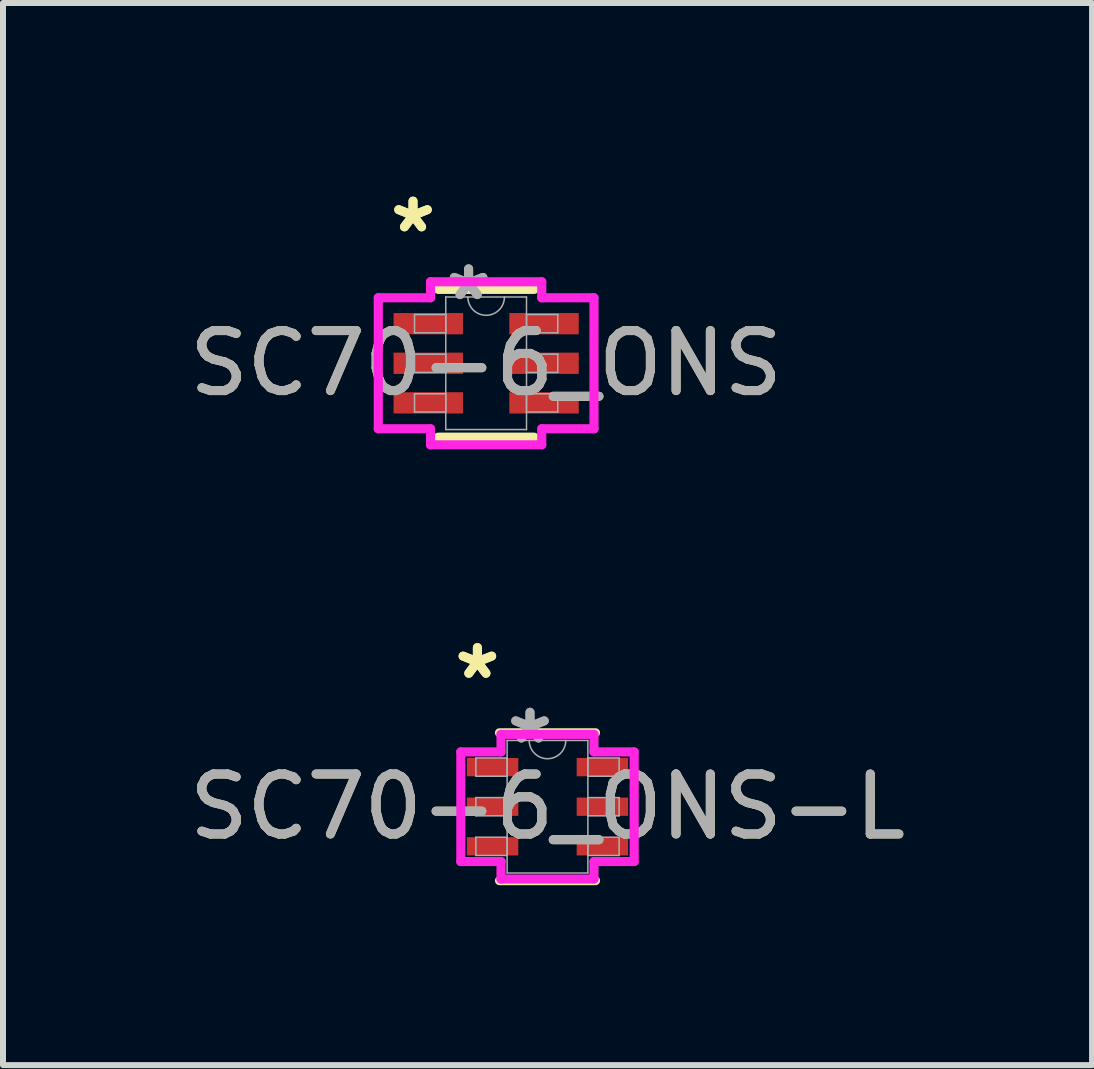
<source format=kicad_pcb>
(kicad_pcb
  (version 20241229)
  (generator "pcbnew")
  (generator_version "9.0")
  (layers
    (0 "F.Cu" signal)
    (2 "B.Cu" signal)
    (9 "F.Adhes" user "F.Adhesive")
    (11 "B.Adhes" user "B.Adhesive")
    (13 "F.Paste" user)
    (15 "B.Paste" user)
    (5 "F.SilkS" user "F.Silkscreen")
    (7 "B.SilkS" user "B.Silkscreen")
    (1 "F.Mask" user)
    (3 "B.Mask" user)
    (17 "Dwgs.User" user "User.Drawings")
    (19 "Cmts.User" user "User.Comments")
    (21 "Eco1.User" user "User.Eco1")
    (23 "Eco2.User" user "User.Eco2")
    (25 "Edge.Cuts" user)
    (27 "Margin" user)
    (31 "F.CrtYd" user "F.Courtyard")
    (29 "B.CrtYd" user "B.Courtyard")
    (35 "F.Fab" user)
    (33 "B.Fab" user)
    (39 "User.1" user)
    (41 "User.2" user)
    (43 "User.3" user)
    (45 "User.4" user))
  (footprint "SC70-6_ONS"
    (layer "F.Cu")
    (at 5.054 3.006)
    (property "Reference" "SC70-6_ONS" (at 0 0 0) (unlocked yes) (layer "F.SilkS") (effects (font (size 1 1) (thickness 0.15))))
    (attr smd)
    (fp_line (start -0.8 1.232) (end 0.8 1.232) (stroke (width 0.152) (type solid)) (layer "F.SilkS"))
    (fp_line (start 0.8 -1.232) (end -0.8 -1.232) (stroke (width 0.152) (type solid)) (layer "F.SilkS"))
    (fp_line (start -1.798 -1.092) (end -0.927 -1.092) (stroke (width 0.152) (type solid)) (layer "F.CrtYd"))
    (fp_line (start -1.798 1.092) (end -1.798 -1.092) (stroke (width 0.152) (type solid)) (layer "F.CrtYd"))
    (fp_line (start -1.798 1.092) (end -0.927 1.092) (stroke (width 0.152) (type solid)) (layer "F.CrtYd"))
    (fp_line (start -0.927 -1.359) (end 0.927 -1.359) (stroke (width 0.152) (type solid)) (layer "F.CrtYd"))
    (fp_line (start -0.927 -1.092) (end -0.927 -1.359) (stroke (width 0.152) (type solid)) (layer "F.CrtYd"))
    (fp_line (start -0.927 1.359) (end -0.927 1.092) (stroke (width 0.152) (type solid)) (layer "F.CrtYd"))
    (fp_line (start 0.927 -1.359) (end 0.927 -1.092) (stroke (width 0.152) (type solid)) (layer "F.CrtYd"))
    (fp_line (start 0.927 1.092) (end 0.927 1.359) (stroke (width 0.152) (type solid)) (layer "F.CrtYd"))
    (fp_line (start 0.927 1.359) (end -0.927 1.359) (stroke (width 0.152) (type solid)) (layer "F.CrtYd"))
    (fp_line (start 1.798 -1.092) (end 0.927 -1.092) (stroke (width 0.152) (type solid)) (layer "F.CrtYd"))
    (fp_line (start 1.798 -1.092) (end 1.798 1.092) (stroke (width 0.152) (type solid)) (layer "F.CrtYd"))
    (fp_line (start 1.798 1.092) (end 0.927 1.092) (stroke (width 0.152) (type solid)) (layer "F.CrtYd"))
    (fp_line (start -1.194 -0.813) (end -1.194 -0.508) (stroke (width 0.025) (type solid)) (layer "F.Fab"))
    (fp_line (start -1.194 -0.508) (end -0.673 -0.508) (stroke (width 0.025) (type solid)) (layer "F.Fab"))
    (fp_line (start -1.194 -0.152) (end -1.194 0.152) (stroke (width 0.025) (type solid)) (layer "F.Fab"))
    (fp_line (start -1.194 0.152) (end -0.673 0.152) (stroke (width 0.025) (type solid)) (layer "F.Fab"))
    (fp_line (start -1.194 0.508) (end -1.194 0.813) (stroke (width 0.025) (type solid)) (layer "F.Fab"))
    (fp_line (start -1.194 0.813) (end -0.673 0.813) (stroke (width 0.025) (type solid)) (layer "F.Fab"))
    (fp_line (start -0.673 -1.105) (end -0.673 1.105) (stroke (width 0.025) (type solid)) (layer "F.Fab"))
    (fp_line (start -0.673 -0.813) (end -1.194 -0.813) (stroke (width 0.025) (type solid)) (layer "F.Fab"))
    (fp_line (start -0.673 -0.508) (end -0.673 -0.813) (stroke (width 0.025) (type solid)) (layer "F.Fab"))
    (fp_line (start -0.673 -0.152) (end -1.194 -0.152) (stroke (width 0.025) (type solid)) (layer "F.Fab"))
    (fp_line (start -0.673 0.152) (end -0.673 -0.152) (stroke (width 0.025) (type solid)) (layer "F.Fab"))
    (fp_line (start -0.673 0.508) (end -1.194 0.508) (stroke (width 0.025) (type solid)) (layer "F.Fab"))
    (fp_line (start -0.673 0.813) (end -0.673 0.508) (stroke (width 0.025) (type solid)) (layer "F.Fab"))
    (fp_line (start -0.673 1.105) (end 0.673 1.105) (stroke (width 0.025) (type solid)) (layer "F.Fab"))
    (fp_line (start 0.673 -1.105) (end -0.673 -1.105) (stroke (width 0.025) (type solid)) (layer "F.Fab"))
    (fp_line (start 0.673 -0.813) (end 0.673 -0.508) (stroke (width 0.025) (type solid)) (layer "F.Fab"))
    (fp_line (start 0.673 -0.508) (end 1.194 -0.508) (stroke (width 0.025) (type solid)) (layer "F.Fab"))
    (fp_line (start 0.673 -0.152) (end 0.673 0.152) (stroke (width 0.025) (type solid)) (layer "F.Fab"))
    (fp_line (start 0.673 0.152) (end 1.194 0.152) (stroke (width 0.025) (type solid)) (layer "F.Fab"))
    (fp_line (start 0.673 0.508) (end 0.673 0.813) (stroke (width 0.025) (type solid)) (layer "F.Fab"))
    (fp_line (start 0.673 0.813) (end 1.194 0.813) (stroke (width 0.025) (type solid)) (layer "F.Fab"))
    (fp_line (start 0.673 1.105) (end 0.673 -1.105) (stroke (width 0.025) (type solid)) (layer "F.Fab"))
    (fp_line (start 1.194 -0.813) (end 0.673 -0.813) (stroke (width 0.025) (type solid)) (layer "F.Fab"))
    (fp_line (start 1.194 -0.508) (end 1.194 -0.813) (stroke (width 0.025) (type solid)) (layer "F.Fab"))
    (fp_line (start 1.194 -0.152) (end 0.673 -0.152) (stroke (width 0.025) (type solid)) (layer "F.Fab"))
    (fp_line (start 1.194 0.152) (end 1.194 -0.152) (stroke (width 0.025) (type solid)) (layer "F.Fab"))
    (fp_line (start 1.194 0.508) (end 0.673 0.508) (stroke (width 0.025) (type solid)) (layer "F.Fab"))
    (fp_line (start 1.194 0.813) (end 1.194 0.508) (stroke (width 0.025) (type solid)) (layer "F.Fab"))
    (fp_arc (start 0.3048 -1.1049) (mid 0 -0.8001) (end -0.3048 -1.1049) (stroke (width 0.0254) (type solid)) (layer "F.Fab"))
    (fp_text user "*" (at -1.219 -2.158 0) (unlocked yes) (layer "F.SilkS") (effects (font (size 1 1) (thickness 0.15))))
    (fp_text user "*" (at -1.219 -2.158 0) (layer "F.SilkS") (effects (font (size 1 1) (thickness 0.15))))
    (fp_text user "*" (at -0.292 -1.029 0) (layer "F.Fab") (effects (font (size 1 1) (thickness 0.15))))
    (fp_text user "${REFERENCE}" (at 0 0 0) (unlocked yes) (layer "F.Fab") (effects (font (size 1 1) (thickness 0.15))))
    (fp_text user "*" (at -0.292 -1.029 0) (unlocked yes) (layer "F.Fab") (effects (font (size 1 1) (thickness 0.15))))
    (pad "1" smd rect (at -0.965 -0.66) (size 1.157 0.355) (layers "F.Cu" "F.Mask" "F.Paste"))
    (pad "2" smd rect (at -0.965 0) (size 1.157 0.355) (layers "F.Cu" "F.Mask" "F.Paste"))
    (pad "3" smd rect (at -0.965 0.66) (size 1.157 0.355) (layers "F.Cu" "F.Mask" "F.Paste"))
    (pad "4" smd rect (at 0.965 0.66) (size 1.157 0.355) (layers "F.Cu" "F.Mask" "F.Paste"))
    (pad "5" smd rect (at 0.965 0) (size 1.157 0.355) (layers "F.Cu" "F.Mask" "F.Paste"))
    (pad "6" smd rect (at 0.965 -0.66) (size 1.157 0.355) (layers "F.Cu" "F.Mask" "F.Paste")))
  (footprint "SC70-6_ONS-L"
    (layer "F.Cu")
    (at 6.077 10.398)
    (property "Reference" "SC70-6_ONS-L" (at 0 0 0) (unlocked yes) (layer "F.SilkS") (effects (font (size 1 1) (thickness 0.15))))
    (attr smd)
    (fp_line (start -0.8 1.232) (end 0.8 1.232) (stroke (width 0.152) (type solid)) (layer "F.SilkS"))
    (fp_line (start 0.8 -1.232) (end -0.8 -1.232) (stroke (width 0.152) (type solid)) (layer "F.SilkS"))
    (fp_line (start -1.445 -0.914) (end -0.775 -0.914) (stroke (width 0.152) (type solid)) (layer "F.CrtYd"))
    (fp_line (start -1.445 0.914) (end -1.445 -0.914) (stroke (width 0.152) (type solid)) (layer "F.CrtYd"))
    (fp_line (start -1.445 0.914) (end -0.775 0.914) (stroke (width 0.152) (type solid)) (layer "F.CrtYd"))
    (fp_line (start -0.775 -1.206) (end 0.775 -1.206) (stroke (width 0.152) (type solid)) (layer "F.CrtYd"))
    (fp_line (start -0.775 -0.914) (end -0.775 -1.206) (stroke (width 0.152) (type solid)) (layer "F.CrtYd"))
    (fp_line (start -0.775 1.206) (end -0.775 0.914) (stroke (width 0.152) (type solid)) (layer "F.CrtYd"))
    (fp_line (start 0.775 -1.206) (end 0.775 -0.914) (stroke (width 0.152) (type solid)) (layer "F.CrtYd"))
    (fp_line (start 0.775 0.914) (end 0.775 1.206) (stroke (width 0.152) (type solid)) (layer "F.CrtYd"))
    (fp_line (start 0.775 1.206) (end -0.775 1.206) (stroke (width 0.152) (type solid)) (layer "F.CrtYd"))
    (fp_line (start 1.445 -0.914) (end 0.775 -0.914) (stroke (width 0.152) (type solid)) (layer "F.CrtYd"))
    (fp_line (start 1.445 -0.914) (end 1.445 0.914) (stroke (width 0.152) (type solid)) (layer "F.CrtYd"))
    (fp_line (start 1.445 0.914) (end 0.775 0.914) (stroke (width 0.152) (type solid)) (layer "F.CrtYd"))
    (fp_line (start -1.194 -0.813) (end -1.194 -0.508) (stroke (width 0.025) (type solid)) (layer "F.Fab"))
    (fp_line (start -1.194 -0.508) (end -0.673 -0.508) (stroke (width 0.025) (type solid)) (layer "F.Fab"))
    (fp_line (start -1.194 -0.152) (end -1.194 0.152) (stroke (width 0.025) (type solid)) (layer "F.Fab"))
    (fp_line (start -1.194 0.152) (end -0.673 0.152) (stroke (width 0.025) (type solid)) (layer "F.Fab"))
    (fp_line (start -1.194 0.508) (end -1.194 0.813) (stroke (width 0.025) (type solid)) (layer "F.Fab"))
    (fp_line (start -1.194 0.813) (end -0.673 0.813) (stroke (width 0.025) (type solid)) (layer "F.Fab"))
    (fp_line (start -0.673 -1.105) (end -0.673 1.105) (stroke (width 0.025) (type solid)) (layer "F.Fab"))
    (fp_line (start -0.673 -0.813) (end -1.194 -0.813) (stroke (width 0.025) (type solid)) (layer "F.Fab"))
    (fp_line (start -0.673 -0.508) (end -0.673 -0.813) (stroke (width 0.025) (type solid)) (layer "F.Fab"))
    (fp_line (start -0.673 -0.152) (end -1.194 -0.152) (stroke (width 0.025) (type solid)) (layer "F.Fab"))
    (fp_line (start -0.673 0.152) (end -0.673 -0.152) (stroke (width 0.025) (type solid)) (layer "F.Fab"))
    (fp_line (start -0.673 0.508) (end -1.194 0.508) (stroke (width 0.025) (type solid)) (layer "F.Fab"))
    (fp_line (start -0.673 0.813) (end -0.673 0.508) (stroke (width 0.025) (type solid)) (layer "F.Fab"))
    (fp_line (start -0.673 1.105) (end 0.673 1.105) (stroke (width 0.025) (type solid)) (layer "F.Fab"))
    (fp_line (start 0.673 -1.105) (end -0.673 -1.105) (stroke (width 0.025) (type solid)) (layer "F.Fab"))
    (fp_line (start 0.673 -0.813) (end 0.673 -0.508) (stroke (width 0.025) (type solid)) (layer "F.Fab"))
    (fp_line (start 0.673 -0.508) (end 1.194 -0.508) (stroke (width 0.025) (type solid)) (layer "F.Fab"))
    (fp_line (start 0.673 -0.152) (end 0.673 0.152) (stroke (width 0.025) (type solid)) (layer "F.Fab"))
    (fp_line (start 0.673 0.152) (end 1.194 0.152) (stroke (width 0.025) (type solid)) (layer "F.Fab"))
    (fp_line (start 0.673 0.508) (end 0.673 0.813) (stroke (width 0.025) (type solid)) (layer "F.Fab"))
    (fp_line (start 0.673 0.813) (end 1.194 0.813) (stroke (width 0.025) (type solid)) (layer "F.Fab"))
    (fp_line (start 0.673 1.105) (end 0.673 -1.105) (stroke (width 0.025) (type solid)) (layer "F.Fab"))
    (fp_line (start 1.194 -0.813) (end 0.673 -0.813) (stroke (width 0.025) (type solid)) (layer "F.Fab"))
    (fp_line (start 1.194 -0.508) (end 1.194 -0.813) (stroke (width 0.025) (type solid)) (layer "F.Fab"))
    (fp_line (start 1.194 -0.152) (end 0.673 -0.152) (stroke (width 0.025) (type solid)) (layer "F.Fab"))
    (fp_line (start 1.194 0.152) (end 1.194 -0.152) (stroke (width 0.025) (type solid)) (layer "F.Fab"))
    (fp_line (start 1.194 0.508) (end 0.673 0.508) (stroke (width 0.025) (type solid)) (layer "F.Fab"))
    (fp_line (start 1.194 0.813) (end 1.194 0.508) (stroke (width 0.025) (type solid)) (layer "F.Fab"))
    (fp_arc (start 0.3048 -1.1049) (mid 0 -0.8001) (end -0.3048 -1.1049) (stroke (width 0.0254) (type solid)) (layer "F.Fab"))
    (fp_text user "*" (at -1.169 -2.108 0) (layer "F.SilkS") (effects (font (size 1 1) (thickness 0.15))))
    (fp_text user "*" (at -1.169 -2.108 0) (unlocked yes) (layer "F.SilkS") (effects (font (size 1 1) (thickness 0.15))))
    (fp_text user "*" (at -0.292 -1.029 0) (unlocked yes) (layer "F.Fab") (effects (font (size 1 1) (thickness 0.15))))
    (fp_text user "*" (at -0.292 -1.029 0) (layer "F.Fab") (effects (font (size 1 1) (thickness 0.15))))
    (fp_text user "${REFERENCE}" (at 0 0 0) (unlocked yes) (layer "F.Fab") (effects (font (size 1 1) (thickness 0.15))))
    (pad "1" smd rect (at -0.915 -0.66) (size 0.857 0.305) (layers "F.Cu" "F.Mask" "F.Paste"))
    (pad "2" smd rect (at -0.915 0) (size 0.857 0.305) (layers "F.Cu" "F.Mask" "F.Paste"))
    (pad "3" smd rect (at -0.915 0.66) (size 0.857 0.305) (layers "F.Cu" "F.Mask" "F.Paste"))
    (pad "4" smd rect (at 0.915 0.66) (size 0.857 0.305) (layers "F.Cu" "F.Mask" "F.Paste"))
    (pad "5" smd rect (at 0.915 0) (size 0.857 0.305) (layers "F.Cu" "F.Mask" "F.Paste"))
    (pad "6" smd rect (at 0.915 -0.66) (size 0.857 0.305) (layers "F.Cu" "F.Mask" "F.Paste")))
  (gr_rect
    (start -3 -3)
    (end 15.155 14.706)
    (stroke (width 0.1) (type default))
    (fill no)
    (layer "Edge.Cuts")))
</source>
